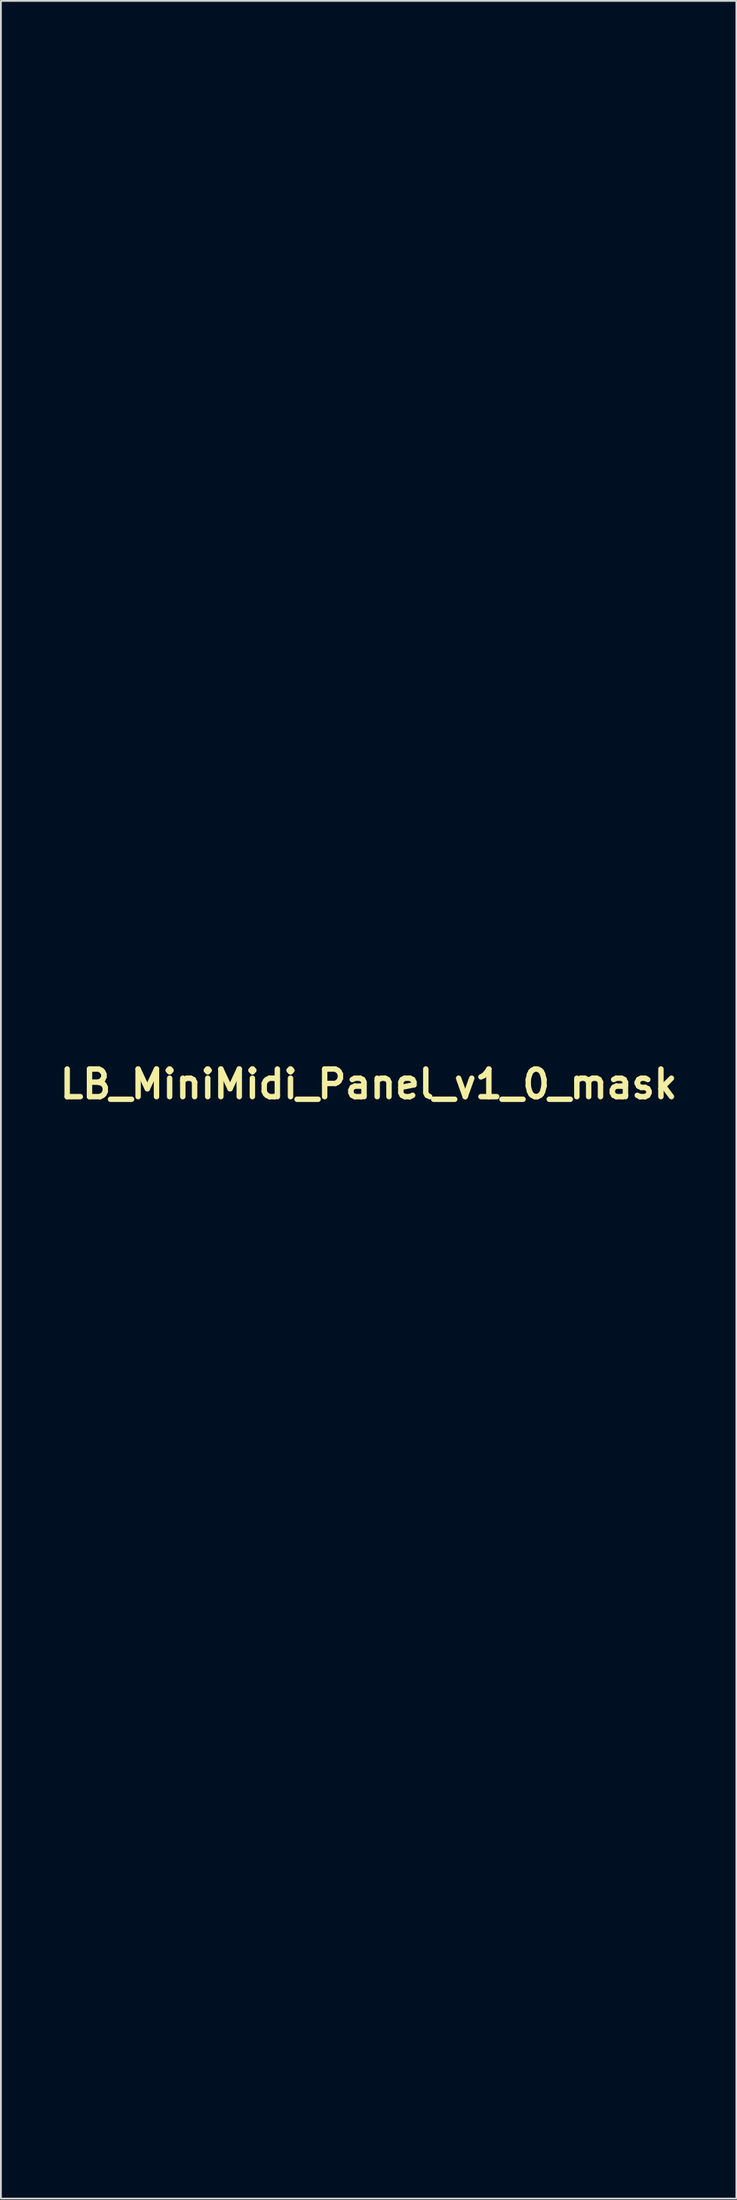
<source format=kicad_pcb>
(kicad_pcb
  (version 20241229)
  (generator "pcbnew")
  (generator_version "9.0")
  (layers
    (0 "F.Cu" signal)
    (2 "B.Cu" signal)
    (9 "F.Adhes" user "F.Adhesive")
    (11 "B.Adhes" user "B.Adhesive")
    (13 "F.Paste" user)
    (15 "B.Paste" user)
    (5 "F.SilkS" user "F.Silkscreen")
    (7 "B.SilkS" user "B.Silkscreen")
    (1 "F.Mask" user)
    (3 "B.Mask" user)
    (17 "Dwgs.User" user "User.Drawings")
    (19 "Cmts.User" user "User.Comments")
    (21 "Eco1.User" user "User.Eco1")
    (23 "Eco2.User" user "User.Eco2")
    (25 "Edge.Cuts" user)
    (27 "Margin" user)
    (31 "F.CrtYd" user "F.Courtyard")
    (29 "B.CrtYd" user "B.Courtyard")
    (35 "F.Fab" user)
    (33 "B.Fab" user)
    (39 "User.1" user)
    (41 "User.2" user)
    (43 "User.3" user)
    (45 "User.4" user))
  (footprint "LB_MiniMidi_Panel_v1_0_mask"
    (layer "F.Cu")
    (at 17.316 56.774)
    (property "Reference" "LB_MiniMidi_Panel_v1_0_mask" (at 0 0 0) (layer "F.SilkS") (effects (font (size 1.524 1.524) (thickness 0.3))))
    (attr through_hole)
    (fp_poly (pts (xy 0.169 -54.864) (xy -0.254 -54.864) (xy -0.254 -56.769) (xy 0.169 -56.769) (xy 0.169 -54.864)) (stroke (width 0.01) (type solid)) (fill yes) (layer "F.Mask"))
    (fp_poly (pts (xy 0.296 -12.742) (xy -0.127 -12.742) (xy -0.127 -14.647) (xy 0.296 -14.647) (xy 0.296 -12.742)) (stroke (width 0.01) (type solid)) (fill yes) (layer "F.Mask"))
    (fp_poly (pts (xy 2.625 -54.864) (xy 2.201 -54.864) (xy 2.201 -56.769) (xy 2.625 -56.769) (xy 2.625 -54.864)) (stroke (width 0.01) (type solid)) (fill yes) (layer "F.Mask"))
    (fp_poly (pts (xy -1.016 -13.081) (xy -0.254 -13.081) (xy -0.254 -12.742) (xy -1.439 -12.742) (xy -1.439 -14.647) (xy -1.016 -14.647) (xy -1.016 -13.081)) (stroke (width 0.01) (type solid)) (fill yes) (layer "F.Mask"))
    (fp_poly (pts (xy -2.709 -39.836) (xy -3.217 -39.836) (xy -3.217 -38.269) (xy -3.641 -38.269) (xy -3.641 -39.836) (xy -4.149 -39.836) (xy -4.149 -40.174) (xy -2.709 -40.174) (xy -2.709 -39.836)) (stroke (width 0.01) (type solid)) (fill yes) (layer "F.Mask"))
    (fp_poly (pts (xy -0.408 28.727) (xy -0.284 28.795) (xy -0.218 28.893) (xy -0.212 28.937) (xy -0.25 29.041) (xy -0.348 29.133) (xy -0.482 29.194) (xy -0.591 29.21) (xy -0.762 29.21) (xy -0.762 28.702) (xy -0.572 28.702) (xy -0.408 28.727)) (stroke (width 0.01) (type solid)) (fill yes) (layer "F.Mask"))
    (fp_poly (pts (xy 3.243 -47.224) (xy 3.297 -47.163) (xy 3.28 -47.094) (xy 3.276 -47.088) (xy 3.195 -47.011) (xy 3.104 -47.008) (xy 3.058 -47.04) (xy 3.013 -47.125) (xy 3.032 -47.203) (xy 3.096 -47.251) (xy 3.186 -47.253) (xy 3.243 -47.224)) (stroke (width 0.01) (type solid)) (fill yes) (layer "F.Mask"))
    (fp_poly (pts (xy 3.514 -14.309) (xy 2.752 -14.309) (xy 2.752 -13.885) (xy 3.471 -13.885) (xy 3.471 -13.547) (xy 2.752 -13.547) (xy 2.752 -13.081) (xy 3.556 -13.081) (xy 3.556 -12.742) (xy 2.328 -12.742) (xy 2.328 -14.647) (xy 3.514 -14.647) (xy 3.514 -14.309)) (stroke (width 0.01) (type solid)) (fill yes) (layer "F.Mask"))
    (fp_poly (pts (xy 2.121 2.49) (xy 2.303 2.589) (xy 2.428 2.749) (xy 2.491 2.963) (xy 2.498 3.073) (xy 2.46 3.303) (xy 2.354 3.494) (xy 2.192 3.634) (xy 1.984 3.713) (xy 1.852 3.725) (xy 1.693 3.725) (xy 1.693 2.455) (xy 1.886 2.455) (xy 2.121 2.49)) (stroke (width 0.01) (type solid)) (fill yes) (layer "F.Mask"))
    (fp_poly (pts (xy 0.546 -9.567) (xy 0.626 -9.475) (xy 0.658 -9.38) (xy 0.665 -9.219) (xy 0.627 -9.081) (xy 0.558 -8.982) (xy 0.466 -8.936) (xy 0.364 -8.959) (xy 0.356 -8.965) (xy 0.262 -9.074) (xy 0.221 -9.226) (xy 0.237 -9.394) (xy 0.26 -9.459) (xy 0.342 -9.563) (xy 0.444 -9.598) (xy 0.546 -9.567)) (stroke (width 0.01) (type solid)) (fill yes) (layer "F.Mask"))
    (fp_poly (pts (xy 2.388 55.114) (xy 2.516 55.212) (xy 2.602 55.346) (xy 2.625 55.457) (xy 2.587 55.61) (xy 2.489 55.732) (xy 2.351 55.81) (xy 2.196 55.83) (xy 2.053 55.787) (xy 1.925 55.678) (xy 1.869 55.532) (xy 1.864 55.464) (xy 1.9 55.315) (xy 1.997 55.185) (xy 2.132 55.098) (xy 2.244 55.076) (xy 2.388 55.114)) (stroke (width 0.01) (type solid)) (fill yes) (layer "F.Mask"))
    (fp_poly (pts (xy -0.359 15.828) (xy -0.324 15.926) (xy -0.284 16.062) (xy -0.243 16.213) (xy -0.207 16.336) (xy -0.186 16.401) (xy -0.185 16.442) (xy -0.234 16.462) (xy -0.35 16.468) (xy -0.355 16.468) (xy -0.471 16.461) (xy -0.541 16.446) (xy -0.551 16.436) (xy -0.542 16.366) (xy -0.517 16.25) (xy -0.483 16.111) (xy -0.446 15.973) (xy -0.412 15.86) (xy -0.388 15.797) (xy -0.382 15.79) (xy -0.359 15.828)) (stroke (width 0.01) (type solid)) (fill yes) (layer "F.Mask"))
    (fp_poly (pts (xy 0.245 2.428) (xy 0.426 2.497) (xy 0.559 2.634) (xy 0.629 2.79) (xy 0.671 3.023) (xy 0.659 3.239) (xy 0.6 3.428) (xy 0.503 3.578) (xy 0.374 3.678) (xy 0.22 3.715) (xy 0.059 3.684) (xy -0.079 3.586) (xy -0.177 3.432) (xy -0.233 3.241) (xy -0.245 3.033) (xy -0.211 2.827) (xy -0.131 2.642) (xy -0.036 2.525) (xy 0.067 2.446) (xy 0.161 2.421) (xy 0.245 2.428)) (stroke (width 0.01) (type solid)) (fill yes) (layer "F.Mask"))
    (fp_poly (pts (xy -3.011 54.725) (xy -2.827 54.822) (xy -2.693 54.942) (xy -2.621 55.034) (xy -2.595 55.123) (xy -2.617 55.229) (xy -2.69 55.371) (xy -2.749 55.467) (xy -2.908 55.663) (xy -3.086 55.787) (xy -3.274 55.836) (xy -3.463 55.805) (xy -3.511 55.784) (xy -3.638 55.677) (xy -3.729 55.513) (xy -3.773 55.318) (xy -3.775 55.269) (xy -3.739 55.046) (xy -3.639 54.871) (xy -3.482 54.751) (xy -3.277 54.697) (xy -3.219 54.695) (xy -3.011 54.725)) (stroke (width 0.01) (type solid)) (fill yes) (layer "F.Mask"))
    (fp_poly (pts (xy 4.106 -50.546) (xy 3.713 -50.546) (xy 3.497 -50.541) (xy 3.353 -50.524) (xy 3.267 -50.488) (xy 3.227 -50.429) (xy 3.217 -50.355) (xy 3.23 -50.273) (xy 3.276 -50.217) (xy 3.369 -50.184) (xy 3.521 -50.169) (xy 3.713 -50.165) (xy 4.106 -50.165) (xy 4.106 -49.911) (xy 3.736 -49.912) (xy 3.472 -49.924) (xy 3.288 -49.957) (xy 3.234 -49.978) (xy 3.095 -50.089) (xy 3.02 -50.243) (xy 3.013 -50.422) (xy 3.068 -50.586) (xy 3.143 -50.681) (xy 3.26 -50.746) (xy 3.431 -50.784) (xy 3.67 -50.799) (xy 3.753 -50.8) (xy 4.106 -50.8) (xy 4.106 -50.546)) (stroke (width 0.01) (type solid)) (fill yes) (layer "F.Mask"))
    (fp_poly (pts (xy -3.006 -51.498) (xy -3.011 -51.338) (xy -3.029 -51.25) (xy -3.062 -51.223) (xy -3.062 -51.223) (xy -3.134 -51.242) (xy -3.147 -51.252) (xy -3.166 -51.31) (xy -3.175 -51.413) (xy -3.175 -51.421) (xy -3.184 -51.518) (xy -3.223 -51.556) (xy -3.281 -51.562) (xy -3.352 -51.551) (xy -3.382 -51.501) (xy -3.387 -51.414) (xy -3.396 -51.312) (xy -3.433 -51.271) (xy -3.471 -51.266) (xy -3.53 -51.282) (xy -3.553 -51.347) (xy -3.556 -51.414) (xy -3.561 -51.509) (xy -3.593 -51.551) (xy -3.675 -51.562) (xy -3.725 -51.562) (xy -3.834 -51.568) (xy -3.883 -51.595) (xy -3.895 -51.659) (xy -3.895 -51.668) (xy -3.895 -51.774) (xy -3.006 -51.774) (xy -3.006 -51.498)) (stroke (width 0.01) (type solid)) (fill yes) (layer "F.Mask"))
    (fp_poly (pts (xy -3.047 -45.67) (xy -3.022 -45.636) (xy -3.009 -45.558) (xy -3.006 -45.417) (xy -3.006 -45.36) (xy -3.008 -45.198) (xy -3.017 -45.103) (xy -3.038 -45.057) (xy -3.075 -45.043) (xy -3.09 -45.043) (xy -3.157 -45.067) (xy -3.175 -45.148) (xy -3.178 -45.2) (xy -3.199 -45.231) (xy -3.255 -45.247) (xy -3.362 -45.253) (xy -3.535 -45.254) (xy -3.709 -45.255) (xy -3.815 -45.262) (xy -3.871 -45.278) (xy -3.891 -45.309) (xy -3.895 -45.36) (xy -3.891 -45.411) (xy -3.87 -45.443) (xy -3.815 -45.459) (xy -3.708 -45.465) (xy -3.535 -45.466) (xy -3.361 -45.467) (xy -3.254 -45.473) (xy -3.199 -45.49) (xy -3.178 -45.521) (xy -3.175 -45.572) (xy -3.155 -45.655) (xy -3.09 -45.678) (xy -3.047 -45.67)) (stroke (width 0.01) (type solid)) (fill yes) (layer "F.Mask"))
    (fp_poly (pts (xy -3.345 -50.483) (xy -3.221 -50.423) (xy -3.107 -50.317) (xy -3.027 -50.192) (xy -3.006 -50.1) (xy -3.041 -49.916) (xy -3.139 -49.777) (xy -3.282 -49.691) (xy -3.455 -49.667) (xy -3.644 -49.714) (xy -3.667 -49.724) (xy -3.805 -49.829) (xy -3.877 -49.961) (xy -3.886 -50.065) (xy -3.725 -50.065) (xy -3.697 -49.962) (xy -3.651 -49.914) (xy -3.52 -49.875) (xy -3.366 -49.878) (xy -3.257 -49.912) (xy -3.189 -49.994) (xy -3.175 -50.08) (xy -3.21 -50.201) (xy -3.311 -50.272) (xy -3.45 -50.292) (xy -3.569 -50.275) (xy -3.643 -50.248) (xy -3.707 -50.173) (xy -3.725 -50.065) (xy -3.886 -50.065) (xy -3.889 -50.105) (xy -3.848 -50.247) (xy -3.761 -50.369) (xy -3.634 -50.457) (xy -3.474 -50.494) (xy -3.345 -50.483)) (stroke (width 0.01) (type solid)) (fill yes) (layer "F.Mask"))
    (fp_poly (pts (xy -3.345 -47.181) (xy -3.221 -47.121) (xy -3.107 -47.015) (xy -3.027 -46.89) (xy -3.006 -46.798) (xy -3.041 -46.614) (xy -3.139 -46.475) (xy -3.282 -46.389) (xy -3.455 -46.365) (xy -3.644 -46.412) (xy -3.667 -46.422) (xy -3.805 -46.527) (xy -3.877 -46.659) (xy -3.886 -46.763) (xy -3.725 -46.763) (xy -3.697 -46.66) (xy -3.651 -46.612) (xy -3.52 -46.573) (xy -3.366 -46.576) (xy -3.257 -46.61) (xy -3.189 -46.692) (xy -3.175 -46.778) (xy -3.21 -46.899) (xy -3.311 -46.97) (xy -3.45 -46.99) (xy -3.569 -46.973) (xy -3.643 -46.946) (xy -3.707 -46.871) (xy -3.725 -46.763) (xy -3.886 -46.763) (xy -3.889 -46.803) (xy -3.848 -46.945) (xy -3.761 -47.067) (xy -3.634 -47.155) (xy -3.474 -47.192) (xy -3.345 -47.181)) (stroke (width 0.01) (type solid)) (fill yes) (layer "F.Mask"))
    (fp_poly (pts (xy -3.762 -46.292) (xy -3.722 -46.24) (xy -3.716 -46.123) (xy -3.718 -46.1) (xy -3.723 -45.991) (xy -3.702 -45.942) (xy -3.65 -45.932) (xy -3.567 -45.972) (xy -3.512 -46.062) (xy -3.443 -46.175) (xy -3.359 -46.257) (xy -3.278 -46.299) (xy -3.21 -46.287) (xy -3.158 -46.255) (xy -3.066 -46.151) (xy -3.018 -46.006) (xy -3.024 -45.857) (xy -3.027 -45.846) (xy -3.068 -45.778) (xy -3.113 -45.785) (xy -3.151 -45.856) (xy -3.167 -45.946) (xy -3.193 -46.061) (xy -3.243 -46.097) (xy -3.309 -46.054) (xy -3.384 -45.937) (xy -3.479 -45.792) (xy -3.577 -45.728) (xy -3.686 -45.744) (xy -3.774 -45.801) (xy -3.841 -45.879) (xy -3.87 -45.986) (xy -3.873 -46.073) (xy -3.867 -46.215) (xy -3.843 -46.287) (xy -3.794 -46.301) (xy -3.762 -46.292)) (stroke (width 0.01) (type solid)) (fill yes) (layer "F.Mask"))
    (fp_poly (pts (xy -3.006 -47.858) (xy -3.015 -47.79) (xy -3.059 -47.759) (xy -3.16 -47.752) (xy -3.175 -47.752) (xy -3.283 -47.748) (xy -3.332 -47.72) (xy -3.344 -47.648) (xy -3.344 -47.604) (xy -3.339 -47.509) (xy -3.308 -47.467) (xy -3.225 -47.456) (xy -3.175 -47.456) (xy -3.066 -47.45) (xy -3.017 -47.423) (xy -3.006 -47.359) (xy -3.006 -47.35) (xy -3.006 -47.244) (xy -3.895 -47.244) (xy -3.895 -47.35) (xy -3.887 -47.415) (xy -3.848 -47.446) (xy -3.756 -47.455) (xy -3.704 -47.456) (xy -3.587 -47.459) (xy -3.532 -47.48) (xy -3.515 -47.538) (xy -3.514 -47.604) (xy -3.518 -47.695) (xy -3.545 -47.738) (xy -3.619 -47.751) (xy -3.704 -47.752) (xy -3.822 -47.756) (xy -3.877 -47.778) (xy -3.894 -47.829) (xy -3.895 -47.858) (xy -3.895 -47.964) (xy -3.006 -47.964) (xy -3.006 -47.858)) (stroke (width 0.01) (type solid)) (fill yes) (layer "F.Mask"))
    (fp_poly (pts (xy 3.157 -48.057) (xy 3.273 -47.953) (xy 3.367 -47.854) (xy 3.488 -47.73) (xy 3.576 -47.66) (xy 3.648 -47.632) (xy 3.709 -47.632) (xy 3.785 -47.648) (xy 3.821 -47.689) (xy 3.833 -47.779) (xy 3.834 -47.837) (xy 3.843 -47.957) (xy 3.868 -48.013) (xy 3.917 -48.027) (xy 3.988 -47.99) (xy 4.036 -47.893) (xy 4.056 -47.762) (xy 4.039 -47.62) (xy 4.037 -47.614) (xy 3.961 -47.484) (xy 3.836 -47.402) (xy 3.689 -47.384) (xy 3.658 -47.389) (xy 3.567 -47.433) (xy 3.45 -47.514) (xy 3.386 -47.568) (xy 3.217 -47.72) (xy 3.217 -47.545) (xy 3.212 -47.434) (xy 3.186 -47.384) (xy 3.126 -47.371) (xy 3.111 -47.371) (xy 3.06 -47.374) (xy 3.029 -47.395) (xy 3.013 -47.451) (xy 3.007 -47.558) (xy 3.006 -47.731) (xy 3.011 -47.929) (xy 3.033 -48.047) (xy 3.079 -48.089) (xy 3.157 -48.057)) (stroke (width 0.01) (type solid)) (fill yes) (layer "F.Mask"))
    (fp_poly (pts (xy 3.144 -49.762) (xy 3.157 -49.759) (xy 3.208 -49.732) (xy 3.233 -49.671) (xy 3.24 -49.553) (xy 3.24 -49.518) (xy 3.245 -49.383) (xy 3.266 -49.312) (xy 3.311 -49.285) (xy 3.313 -49.285) (xy 3.373 -49.301) (xy 3.433 -49.384) (xy 3.469 -49.461) (xy 3.572 -49.64) (xy 3.69 -49.739) (xy 3.82 -49.755) (xy 3.961 -49.689) (xy 3.989 -49.666) (xy 4.056 -49.572) (xy 4.093 -49.447) (xy 4.101 -49.315) (xy 4.079 -49.199) (xy 4.029 -49.123) (xy 3.981 -49.107) (xy 3.929 -49.121) (xy 3.901 -49.18) (xy 3.887 -49.301) (xy 3.886 -49.307) (xy 3.862 -49.456) (xy 3.816 -49.524) (xy 3.757 -49.51) (xy 3.691 -49.412) (xy 3.661 -49.342) (xy 3.567 -49.16) (xy 3.455 -49.06) (xy 3.323 -49.041) (xy 3.218 -49.077) (xy 3.091 -49.182) (xy 3.027 -49.341) (xy 3.024 -49.546) (xy 3.039 -49.682) (xy 3.057 -49.751) (xy 3.088 -49.771) (xy 3.144 -49.762)) (stroke (width 0.01) (type solid)) (fill yes) (layer "F.Mask"))
    (fp_poly (pts (xy -3.461 -51.172) (xy -3.027 -51.16) (xy -3.013 -51.016) (xy -3.017 -50.82) (xy -3.074 -50.68) (xy -3.157 -50.604) (xy -3.237 -50.56) (xy -3.298 -50.564) (xy -3.378 -50.615) (xy -3.457 -50.665) (xy -3.52 -50.673) (xy -3.606 -50.639) (xy -3.641 -50.621) (xy -3.78 -50.561) (xy -3.861 -50.553) (xy -3.889 -50.599) (xy -3.887 -50.638) (xy -3.833 -50.725) (xy -3.725 -50.779) (xy -3.624 -50.829) (xy -3.567 -50.889) (xy -3.564 -50.899) (xy -3.43 -50.899) (xy -3.39 -50.821) (xy -3.378 -50.808) (xy -3.291 -50.762) (xy -3.204 -50.774) (xy -3.158 -50.825) (xy -3.136 -50.915) (xy -3.169 -50.958) (xy -3.272 -50.969) (xy -3.281 -50.969) (xy -3.392 -50.951) (xy -3.43 -50.899) (xy -3.564 -50.899) (xy -3.563 -50.899) (xy -3.571 -50.945) (xy -3.631 -50.966) (xy -3.722 -50.969) (xy -3.833 -50.975) (xy -3.882 -51.001) (xy -3.895 -51.063) (xy -3.895 -51.077) (xy -3.895 -51.184) (xy -3.461 -51.172)) (stroke (width 0.01) (type solid)) (fill yes) (layer "F.Mask"))
    (fp_poly (pts (xy 3.567 -46.925) (xy 3.715 -46.92) (xy 3.81 -46.898) (xy 3.883 -46.848) (xy 3.942 -46.787) (xy 4.019 -46.678) (xy 4.061 -46.575) (xy 4.064 -46.551) (xy 4.026 -46.415) (xy 3.924 -46.292) (xy 3.781 -46.203) (xy 3.734 -46.187) (xy 3.623 -46.159) (xy 3.542 -46.151) (xy 3.451 -46.163) (xy 3.345 -46.187) (xy 3.21 -46.246) (xy 3.094 -46.345) (xy 3.02 -46.459) (xy 3.008 -46.514) (xy 3.187 -46.514) (xy 3.248 -46.451) (xy 3.374 -46.41) (xy 3.535 -46.397) (xy 3.683 -46.409) (xy 3.801 -46.441) (xy 3.834 -46.458) (xy 3.889 -46.519) (xy 3.874 -46.587) (xy 3.869 -46.596) (xy 3.826 -46.639) (xy 3.748 -46.662) (xy 3.616 -46.672) (xy 3.535 -46.672) (xy 3.372 -46.668) (xy 3.273 -46.651) (xy 3.217 -46.618) (xy 3.201 -46.596) (xy 3.187 -46.514) (xy 3.008 -46.514) (xy 3.006 -46.525) (xy 3.041 -46.697) (xy 3.145 -46.822) (xy 3.317 -46.899) (xy 3.554 -46.925) (xy 3.567 -46.925)) (stroke (width 0.01) (type solid)) (fill yes) (layer "F.Mask"))
    (fp_poly (pts (xy -1.872 -40.162) (xy -1.653 -40.132) (xy -1.48 -40.083) (xy -1.425 -40.057) (xy -1.297 -39.94) (xy -1.222 -39.783) (xy -1.202 -39.609) (xy -1.238 -39.441) (xy -1.329 -39.301) (xy -1.395 -39.251) (xy -1.515 -39.177) (xy -1.417 -39.064) (xy -1.343 -38.947) (xy -1.27 -38.767) (xy -1.195 -38.515) (xy -1.162 -38.386) (xy -1.149 -38.317) (xy -1.167 -38.283) (xy -1.235 -38.271) (xy -1.348 -38.269) (xy -1.563 -38.269) (xy -1.628 -38.489) (xy -1.665 -38.623) (xy -1.689 -38.728) (xy -1.693 -38.766) (xy -1.73 -38.856) (xy -1.819 -38.945) (xy -1.934 -39.011) (xy -2.03 -39.031) (xy -2.159 -39.031) (xy -2.159 -38.269) (xy -2.582 -38.269) (xy -2.582 -39.328) (xy -2.163 -39.328) (xy -1.979 -39.328) (xy -1.806 -39.352) (xy -1.701 -39.414) (xy -1.621 -39.531) (xy -1.615 -39.649) (xy -1.676 -39.751) (xy -1.794 -39.824) (xy -1.958 -39.853) (xy -2.138 -39.857) (xy -2.15 -39.592) (xy -2.163 -39.328) (xy -2.582 -39.328) (xy -2.582 -40.126) (xy -2.344 -40.156) (xy -2.111 -40.17) (xy -1.872 -40.162)) (stroke (width 0.01) (type solid)) (fill yes) (layer "F.Mask"))
    (fp_poly (pts (xy 1.241 -56.74) (xy 1.51 -56.673) (xy 1.727 -56.569) (xy 1.813 -56.502) (xy 1.934 -56.363) (xy 2.008 -56.205) (xy 2.043 -56.004) (xy 2.049 -55.838) (xy 2.02 -55.534) (xy 1.931 -55.288) (xy 1.78 -55.098) (xy 1.565 -54.96) (xy 1.48 -54.925) (xy 1.357 -54.894) (xy 1.182 -54.867) (xy 0.981 -54.847) (xy 0.78 -54.835) (xy 0.603 -54.833) (xy 0.478 -54.843) (xy 0.455 -54.848) (xy 0.431 -54.862) (xy 0.412 -54.893) (xy 0.399 -54.952) (xy 0.39 -55.049) (xy 0.385 -55.196) (xy 0.382 -55.403) (xy 0.381 -55.68) (xy 0.381 -55.795) (xy 0.381 -56.43) (xy 0.804 -56.43) (xy 0.804 -55.16) (xy 0.975 -55.16) (xy 1.13 -55.177) (xy 1.279 -55.216) (xy 1.292 -55.221) (xy 1.455 -55.332) (xy 1.56 -55.504) (xy 1.606 -55.735) (xy 1.609 -55.808) (xy 1.583 -56.055) (xy 1.504 -56.237) (xy 1.368 -56.358) (xy 1.173 -56.42) (xy 1.018 -56.43) (xy 0.804 -56.43) (xy 0.381 -56.43) (xy 0.381 -56.721) (xy 0.62 -56.75) (xy 0.938 -56.767) (xy 1.241 -56.74)) (stroke (width 0.01) (type solid)) (fill yes) (layer "F.Mask"))
    (fp_poly (pts (xy 1.368 -14.619) (xy 1.637 -14.551) (xy 1.854 -14.447) (xy 1.94 -14.381) (xy 2.061 -14.241) (xy 2.135 -14.083) (xy 2.17 -13.882) (xy 2.176 -13.716) (xy 2.147 -13.412) (xy 2.058 -13.167) (xy 1.907 -12.977) (xy 1.692 -12.838) (xy 1.607 -12.803) (xy 1.484 -12.772) (xy 1.309 -12.746) (xy 1.108 -12.725) (xy 0.907 -12.713) (xy 0.73 -12.711) (xy 0.605 -12.721) (xy 0.582 -12.727) (xy 0.558 -12.74) (xy 0.539 -12.771) (xy 0.526 -12.83) (xy 0.517 -12.928) (xy 0.512 -13.075) (xy 0.509 -13.281) (xy 0.508 -13.559) (xy 0.508 -13.674) (xy 0.508 -14.309) (xy 0.931 -14.309) (xy 0.931 -13.039) (xy 1.102 -13.039) (xy 1.257 -13.055) (xy 1.406 -13.095) (xy 1.419 -13.1) (xy 1.582 -13.211) (xy 1.687 -13.383) (xy 1.733 -13.614) (xy 1.736 -13.686) (xy 1.71 -13.933) (xy 1.631 -14.115) (xy 1.495 -14.236) (xy 1.3 -14.298) (xy 1.145 -14.309) (xy 0.931 -14.309) (xy 0.508 -14.309) (xy 0.508 -14.599) (xy 0.747 -14.629) (xy 1.065 -14.646) (xy 1.368 -14.619)) (stroke (width 0.01) (type solid)) (fill yes) (layer "F.Mask"))
    (fp_poly (pts (xy 4.085 -48.959) (xy 4.085 -48.669) (xy 4.081 -48.509) (xy 4.066 -48.409) (xy 4.032 -48.344) (xy 3.985 -48.299) (xy 3.869 -48.229) (xy 3.772 -48.234) (xy 3.695 -48.292) (xy 3.639 -48.338) (xy 3.593 -48.33) (xy 3.527 -48.271) (xy 3.399 -48.189) (xy 3.266 -48.191) (xy 3.139 -48.275) (xy 3.135 -48.279) (xy 3.077 -48.36) (xy 3.041 -48.468) (xy 3.02 -48.628) (xy 3.175 -48.628) (xy 3.207 -48.51) (xy 3.289 -48.439) (xy 3.344 -48.429) (xy 3.433 -48.458) (xy 3.463 -48.48) (xy 3.504 -48.561) (xy 3.513 -48.627) (xy 3.683 -48.627) (xy 3.702 -48.52) (xy 3.765 -48.478) (xy 3.829 -48.48) (xy 3.904 -48.527) (xy 3.929 -48.609) (xy 3.929 -48.691) (xy 3.886 -48.722) (xy 3.813 -48.726) (xy 3.72 -48.714) (xy 3.686 -48.668) (xy 3.683 -48.627) (xy 3.513 -48.627) (xy 3.514 -48.628) (xy 3.503 -48.691) (xy 3.455 -48.719) (xy 3.346 -48.726) (xy 3.344 -48.726) (xy 3.235 -48.719) (xy 3.186 -48.692) (xy 3.175 -48.629) (xy 3.175 -48.628) (xy 3.02 -48.628) (xy 3.02 -48.628) (xy 3.016 -48.683) (xy 2.994 -48.982) (xy 4.085 -48.959)) (stroke (width 0.01) (type solid)) (fill yes) (layer "F.Mask"))
    (fp_poly (pts (xy -3.661 -49.628) (xy -3.59 -49.625) (xy -3.356 -49.613) (xy -3.194 -49.599) (xy -3.091 -49.578) (xy -3.034 -49.546) (xy -3.01 -49.499) (xy -3.006 -49.448) (xy -3.011 -49.385) (xy -3.039 -49.341) (xy -3.107 -49.306) (xy -3.231 -49.267) (xy -3.313 -49.245) (xy -3.619 -49.162) (xy -3.365 -49.09) (xy -3.223 -49.049) (xy -3.11 -49.016) (xy -3.059 -49) (xy -3.021 -48.95) (xy -3.006 -48.854) (xy -3.01 -48.779) (xy -3.037 -48.741) (xy -3.107 -48.727) (xy -3.228 -48.725) (xy -3.413 -48.719) (xy -3.611 -48.705) (xy -3.672 -48.698) (xy -3.802 -48.686) (xy -3.868 -48.692) (xy -3.892 -48.722) (xy -3.895 -48.758) (xy -3.881 -48.822) (xy -3.83 -48.863) (xy -3.727 -48.886) (xy -3.56 -48.896) (xy -3.478 -48.898) (xy -3.196 -48.901) (xy -3.531 -49.003) (xy -3.687 -49.053) (xy -3.81 -49.094) (xy -3.878 -49.121) (xy -3.885 -49.126) (xy -3.898 -49.182) (xy -3.831 -49.241) (xy -3.69 -49.301) (xy -3.527 -49.346) (xy -3.196 -49.424) (xy -3.535 -49.445) (xy -3.705 -49.458) (xy -3.808 -49.474) (xy -3.862 -49.499) (xy -3.883 -49.538) (xy -3.886 -49.553) (xy -3.886 -49.597) (xy -3.86 -49.621) (xy -3.791 -49.63) (xy -3.661 -49.628)) (stroke (width 0.01) (type solid)) (fill yes) (layer "F.Mask"))
    (fp_poly (pts (xy -1.89 -14.652) (xy -1.81 -14.636) (xy -1.723 -14.593) (xy -1.697 -14.519) (xy -1.726 -14.397) (xy -1.732 -14.382) (xy -1.761 -14.322) (xy -1.804 -14.298) (xy -1.887 -14.304) (xy -1.977 -14.322) (xy -2.238 -14.344) (xy -2.46 -14.293) (xy -2.654 -14.167) (xy -2.657 -14.163) (xy -2.743 -14.078) (xy -2.791 -13.998) (xy -2.815 -13.893) (xy -2.826 -13.753) (xy -2.828 -13.582) (xy -2.809 -13.461) (xy -2.763 -13.359) (xy -2.754 -13.345) (xy -2.602 -13.176) (xy -2.405 -13.07) (xy -2.212 -13.039) (xy -2.032 -13.039) (xy -2.032 -13.504) (xy -2.18 -13.504) (xy -2.275 -13.509) (xy -2.317 -13.541) (xy -2.328 -13.624) (xy -2.328 -13.674) (xy -2.328 -13.843) (xy -1.609 -13.843) (xy -1.609 -12.825) (xy -1.722 -12.782) (xy -1.88 -12.744) (xy -2.088 -12.722) (xy -2.312 -12.718) (xy -2.519 -12.732) (xy -2.668 -12.762) (xy -2.885 -12.872) (xy -3.072 -13.041) (xy -3.203 -13.246) (xy -3.203 -13.247) (xy -3.247 -13.414) (xy -3.266 -13.624) (xy -3.259 -13.843) (xy -3.226 -14.034) (xy -3.203 -14.1) (xy -3.098 -14.266) (xy -2.941 -14.426) (xy -2.76 -14.554) (xy -2.641 -14.609) (xy -2.486 -14.643) (xy -2.286 -14.662) (xy -2.075 -14.665) (xy -1.89 -14.652)) (stroke (width 0.01) (type solid)) (fill yes) (layer "F.Mask"))
    (fp_poly (pts (xy -0.205 -40.2) (xy -0.074 -40.172) (xy 0.038 -40.127) (xy 0.08 -40.061) (xy 0.061 -39.952) (xy 0.046 -39.909) (xy 0.018 -39.85) (xy -0.023 -39.826) (xy -0.101 -39.83) (xy -0.211 -39.851) (xy -0.404 -39.869) (xy -0.549 -39.835) (xy -0.635 -39.755) (xy -0.656 -39.665) (xy -0.645 -39.606) (xy -0.6 -39.553) (xy -0.507 -39.493) (xy -0.352 -39.414) (xy -0.344 -39.41) (xy -0.123 -39.293) (xy 0.027 -39.183) (xy 0.118 -39.066) (xy 0.161 -38.93) (xy 0.169 -38.813) (xy 0.161 -38.671) (xy 0.125 -38.573) (xy 0.046 -38.476) (xy 0.03 -38.46) (xy -0.171 -38.317) (xy -0.419 -38.244) (xy -0.713 -38.242) (xy -0.925 -38.277) (xy -1.038 -38.307) (xy -1.088 -38.341) (xy -1.092 -38.4) (xy -1.084 -38.447) (xy -1.066 -38.557) (xy -1.058 -38.63) (xy -1.042 -38.659) (xy -0.981 -38.657) (xy -0.861 -38.625) (xy -0.64 -38.579) (xy -0.462 -38.582) (xy -0.335 -38.631) (xy -0.268 -38.724) (xy -0.262 -38.813) (xy -0.281 -38.875) (xy -0.33 -38.932) (xy -0.426 -38.996) (xy -0.583 -39.079) (xy -0.614 -39.095) (xy -0.79 -39.188) (xy -0.906 -39.265) (xy -0.981 -39.341) (xy -1.031 -39.425) (xy -1.086 -39.617) (xy -1.067 -39.795) (xy -0.984 -39.951) (xy -0.846 -40.077) (xy -0.664 -40.166) (xy -0.447 -40.21) (xy -0.205 -40.2)) (stroke (width 0.01) (type solid)) (fill yes) (layer "F.Mask"))
    (fp_poly (pts (xy -1.7 -56.293) (xy -1.642 -56.082) (xy -1.587 -55.881) (xy -1.542 -55.715) (xy -1.519 -55.626) (xy -1.469 -55.435) (xy -1.411 -55.668) (xy -1.373 -55.811) (xy -1.318 -56.004) (xy -1.256 -56.216) (xy -1.22 -56.335) (xy -1.086 -56.769) (xy -0.821 -56.769) (xy -0.67 -56.765) (xy -0.584 -56.748) (xy -0.543 -56.715) (xy -0.535 -56.695) (xy -0.527 -56.628) (xy -0.516 -56.494) (xy -0.505 -56.308) (xy -0.494 -56.087) (xy -0.489 -55.965) (xy -0.478 -55.717) (xy -0.466 -55.48) (xy -0.453 -55.276) (xy -0.442 -55.126) (xy -0.438 -55.086) (xy -0.414 -54.864) (xy -0.836 -54.864) (xy -0.868 -55.612) (xy -0.899 -56.36) (xy -1.097 -55.707) (xy -1.18 -55.434) (xy -1.242 -55.23) (xy -1.289 -55.087) (xy -1.327 -54.993) (xy -1.361 -54.938) (xy -1.396 -54.913) (xy -1.438 -54.905) (xy -1.491 -54.906) (xy -1.514 -54.906) (xy -1.676 -54.906) (xy -1.837 -55.531) (xy -1.913 -55.82) (xy -1.969 -56.034) (xy -2.01 -56.18) (xy -2.038 -56.265) (xy -2.055 -56.295) (xy -2.065 -56.277) (xy -2.069 -56.219) (xy -2.071 -56.13) (xy -2.075 -55.991) (xy -2.082 -55.795) (xy -2.092 -55.57) (xy -2.102 -55.379) (xy -2.13 -54.864) (xy -2.51 -54.864) (xy -2.484 -55.277) (xy -2.47 -55.493) (xy -2.455 -55.757) (xy -2.439 -56.031) (xy -2.429 -56.229) (xy -2.4 -56.769) (xy -1.832 -56.769) (xy -1.7 -56.293)) (stroke (width 0.01) (type solid)) (fill yes) (layer "F.Mask"))
    (fp_poly (pts (xy 4.551 54.146) (xy 4.551 58.207) (xy 4.412 58.345) (xy 4.274 58.483) (xy 2.296 58.492) (xy 1.892 58.493) (xy 1.512 58.493) (xy 1.166 58.491) (xy 0.86 58.487) (xy 0.606 58.483) (xy 0.41 58.478) (xy 0.282 58.471) (xy 0.233 58.465) (xy 0.146 58.41) (xy 0.05 58.324) (xy 0.042 58.315) (xy -0.064 58.202) (xy -0.064 56.176) (xy 0.423 56.176) (xy 0.424 56.599) (xy 0.425 56.945) (xy 0.428 57.223) (xy 0.432 57.44) (xy 0.438 57.604) (xy 0.446 57.724) (xy 0.457 57.808) (xy 0.47 57.864) (xy 0.487 57.899) (xy 0.489 57.903) (xy 0.555 57.997) (xy 3.932 57.997) (xy 3.998 57.903) (xy 4.015 57.869) (xy 4.029 57.816) (xy 4.04 57.736) (xy 4.049 57.62) (xy 4.055 57.461) (xy 4.059 57.25) (xy 4.062 56.98) (xy 4.064 56.643) (xy 4.064 56.229) (xy 4.064 56.176) (xy 4.064 55.754) (xy 4.062 55.408) (xy 4.06 55.13) (xy 4.056 54.913) (xy 4.049 54.749) (xy 4.041 54.628) (xy 4.03 54.544) (xy 4.017 54.489) (xy 4 54.453) (xy 3.998 54.45) (xy 3.932 54.356) (xy 0.555 54.356) (xy 0.489 54.45) (xy 0.472 54.484) (xy 0.458 54.537) (xy 0.447 54.617) (xy 0.439 54.733) (xy 0.432 54.892) (xy 0.428 55.102) (xy 0.425 55.372) (xy 0.424 55.71) (xy 0.423 56.124) (xy 0.423 56.176) (xy -0.064 56.176) (xy -0.064 54.146) (xy 0.213 53.869) (xy 4.274 53.869) (xy 4.551 54.146)) (stroke (width 0.01) (type solid)) (fill yes) (layer "F.Mask"))
    (fp_poly (pts (xy 2.663 54.569) (xy 3.019 54.573) (xy 3.308 54.579) (xy 3.526 54.588) (xy 3.668 54.599) (xy 3.728 54.611) (xy 3.75 54.626) (xy 3.767 54.651) (xy 3.781 54.693) (xy 3.791 54.762) (xy 3.799 54.865) (xy 3.804 55.012) (xy 3.807 55.211) (xy 3.809 55.469) (xy 3.81 55.797) (xy 3.81 56.169) (xy 3.809 56.6) (xy 3.807 56.953) (xy 3.802 57.232) (xy 3.796 57.443) (xy 3.787 57.594) (xy 3.775 57.688) (xy 3.761 57.732) (xy 3.759 57.734) (xy 3.687 57.761) (xy 3.537 57.778) (xy 3.317 57.785) (xy 3.294 57.785) (xy 2.879 57.785) (xy 2.879 56.43) (xy 3.174 56.43) (xy 3.344 56.425) (xy 3.452 56.399) (xy 3.511 56.337) (xy 3.534 56.223) (xy 3.536 56.042) (xy 3.535 56.014) (xy 3.52 55.828) (xy 3.485 55.725) (xy 3.468 55.708) (xy 3.396 55.687) (xy 3.269 55.673) (xy 3.143 55.669) (xy 2.879 55.668) (xy 2.879 55.497) (xy 2.841 55.268) (xy 2.735 55.075) (xy 2.568 54.932) (xy 2.528 54.911) (xy 2.324 54.838) (xy 2.142 54.835) (xy 1.959 54.902) (xy 1.931 54.918) (xy 1.758 55.063) (xy 1.648 55.258) (xy 1.609 55.487) (xy 1.609 55.668) (xy 1.344 55.669) (xy 1.195 55.675) (xy 1.075 55.69) (xy 1.019 55.708) (xy 0.978 55.781) (xy 0.956 55.936) (xy 0.952 56.014) (xy 0.952 56.204) (xy 0.972 56.326) (xy 1.026 56.394) (xy 1.127 56.423) (xy 1.289 56.43) (xy 1.314 56.43) (xy 1.609 56.43) (xy 1.609 57.785) (xy 1.194 57.785) (xy 0.968 57.779) (xy 0.811 57.763) (xy 0.731 57.737) (xy 0.728 57.734) (xy 0.714 57.696) (xy 0.702 57.608) (xy 0.693 57.464) (xy 0.686 57.26) (xy 0.681 56.99) (xy 0.678 56.646) (xy 0.677 56.225) (xy 0.677 56.169) (xy 0.678 55.771) (xy 0.678 55.449) (xy 0.68 55.195) (xy 0.684 55) (xy 0.689 54.857) (xy 0.697 54.756) (xy 0.707 54.689) (xy 0.721 54.648) (xy 0.739 54.625) (xy 0.759 54.611) (xy 0.827 54.598) (xy 0.975 54.588) (xy 1.198 54.579) (xy 1.493 54.573) (xy 1.854 54.569) (xy 2.244 54.568) (xy 2.663 54.569)) (stroke (width 0.01) (type solid)) (fill yes) (layer "F.Mask"))
    (fp_poly (pts (xy -1.791 53.983) (xy -1.66 54.09) (xy -1.545 54.22) (xy -1.519 54.258) (xy -1.484 54.316) (xy -1.459 54.375) (xy -1.441 54.447) (xy -1.429 54.544) (xy -1.422 54.682) (xy -1.419 54.872) (xy -1.418 55.127) (xy -1.418 55.266) (xy -1.419 55.555) (xy -1.421 55.773) (xy -1.426 55.932) (xy -1.435 56.046) (xy -1.45 56.128) (xy -1.472 56.191) (xy -1.502 56.247) (xy -1.519 56.274) (xy -1.62 56.401) (xy -1.751 56.521) (xy -1.791 56.55) (xy -1.962 56.663) (xy -2.875 56.671) (xy -3.155 56.672) (xy -3.412 56.669) (xy -3.634 56.662) (xy -3.806 56.653) (xy -3.911 56.642) (xy -3.928 56.638) (xy -4.085 56.557) (xy -4.239 56.421) (xy -4.368 56.257) (xy -4.446 56.089) (xy -4.446 56.088) (xy -4.465 55.965) (xy -4.477 55.768) (xy -4.483 55.507) (xy -4.481 55.19) (xy -4.48 55.161) (xy -4.48 55.137) (xy -3.969 55.137) (xy -3.959 55.449) (xy -3.876 55.72) (xy -3.721 55.947) (xy -3.689 55.98) (xy -3.483 56.132) (xy -3.265 56.202) (xy -3.041 56.188) (xy -2.814 56.091) (xy -2.704 56.001) (xy -2.586 55.873) (xy -2.522 55.788) (xy -2.381 55.579) (xy -2.294 55.719) (xy -2.207 55.841) (xy -2.114 55.947) (xy -2.107 55.954) (xy -2.007 56.048) (xy -1.934 55.925) (xy -1.861 55.801) (xy -2.262 55.423) (xy -2.162 55.21) (xy -2.08 55.058) (xy -1.983 54.915) (xy -1.939 54.861) (xy -1.863 54.769) (xy -1.839 54.701) (xy -1.857 54.624) (xy -1.864 54.606) (xy -1.93 54.479) (xy -1.996 54.433) (xy -2.077 54.464) (xy -2.157 54.535) (xy -2.257 54.649) (xy -2.338 54.762) (xy -2.354 54.79) (xy -2.401 54.871) (xy -2.431 54.906) (xy -2.431 54.906) (xy -2.462 54.875) (xy -2.527 54.793) (xy -2.6 54.694) (xy -2.763 54.501) (xy -2.928 54.38) (xy -3.113 54.323) (xy -3.243 54.314) (xy -3.474 54.352) (xy -3.668 54.462) (xy -3.819 54.638) (xy -3.922 54.874) (xy -3.969 55.137) (xy -4.48 55.137) (xy -4.475 54.892) (xy -4.468 54.693) (xy -4.459 54.55) (xy -4.446 54.448) (xy -4.425 54.373) (xy -4.396 54.311) (xy -4.356 54.247) (xy -4.353 54.242) (xy -4.245 54.111) (xy -4.115 53.996) (xy -4.077 53.97) (xy -4.023 53.938) (xy -3.969 53.913) (xy -3.903 53.895) (xy -3.813 53.883) (xy -3.687 53.875) (xy -3.514 53.871) (xy -3.282 53.87) (xy -2.978 53.869) (xy -2.939 53.869) (xy -1.962 53.869) (xy -1.791 53.983)) (stroke (width 0.01) (type solid)) (fill yes) (layer "F.Mask"))
    (fp_poly (pts (xy 4.178 -11.888) (xy 4.309 -11.78) (xy 4.424 -11.651) (xy 4.45 -11.613) (xy 4.551 -11.451) (xy 4.562 20.701) (xy 4.563 22.802) (xy 4.563 24.82) (xy 4.564 26.755) (xy 4.564 28.61) (xy 4.564 30.385) (xy 4.564 32.081) (xy 4.565 33.701) (xy 4.565 35.245) (xy 4.564 36.715) (xy 4.564 38.111) (xy 4.564 39.435) (xy 4.564 40.689) (xy 4.563 41.873) (xy 4.562 42.99) (xy 4.562 44.039) (xy 4.561 45.023) (xy 4.56 45.942) (xy 4.559 46.799) (xy 4.557 47.594) (xy 4.556 48.328) (xy 4.555 49.003) (xy 4.553 49.62) (xy 4.551 50.181) (xy 4.549 50.686) (xy 4.547 51.137) (xy 4.545 51.535) (xy 4.543 51.882) (xy 4.541 52.178) (xy 4.538 52.426) (xy 4.535 52.625) (xy 4.533 52.779) (xy 4.53 52.887) (xy 4.527 52.951) (xy 4.524 52.972) (xy 4.509 53.01) (xy 4.495 53.045) (xy 4.476 53.075) (xy 4.448 53.101) (xy 4.406 53.124) (xy 4.345 53.144) (xy 4.261 53.16) (xy 4.147 53.174) (xy 4.001 53.185) (xy 3.815 53.193) (xy 3.586 53.2) (xy 3.31 53.205) (xy 2.98 53.208) (xy 2.592 53.21) (xy 2.141 53.211) (xy 1.623 53.212) (xy 1.032 53.212) (xy 0.363 53.211) (xy 0.013 53.211) (xy -0.693 53.211) (xy -1.319 53.21) (xy -1.87 53.209) (xy -2.35 53.207) (xy -2.765 53.205) (xy -3.119 53.203) (xy -3.416 53.199) (xy -3.661 53.195) (xy -3.86 53.191) (xy -4.017 53.185) (xy -4.136 53.179) (xy -4.222 53.171) (xy -4.281 53.162) (xy -4.316 53.153) (xy -4.323 53.15) (xy -4.422 53.065) (xy -4.482 52.971) (xy -4.485 52.942) (xy -4.488 52.87) (xy -4.491 52.753) (xy -4.494 52.59) (xy -4.496 52.38) (xy -4.499 52.121) (xy -4.501 51.813) (xy -4.503 51.454) (xy -4.505 51.043) (xy -4.507 50.579) (xy -4.509 50.06) (xy -4.511 49.484) (xy -4.513 48.852) (xy -4.514 48.301) (xy -3.594 48.301) (xy -3.576 48.816) (xy -3.478 49.337) (xy -3.422 49.53) (xy -3.216 50.036) (xy -2.944 50.496) (xy -2.613 50.906) (xy -2.232 51.262) (xy -1.806 51.559) (xy -1.343 51.792) (xy -0.851 51.957) (xy -0.336 52.05) (xy 0.195 52.066) (xy 0.593 52.026) (xy 1.121 51.902) (xy 1.612 51.709) (xy 2.061 51.451) (xy 2.464 51.137) (xy 2.817 50.773) (xy 3.116 50.366) (xy 3.356 49.922) (xy 3.533 49.449) (xy 3.643 48.954) (xy 3.681 48.442) (xy 3.645 47.921) (xy 3.528 47.398) (xy 3.506 47.329) (xy 3.299 46.82) (xy 3.025 46.357) (xy 2.691 45.943) (xy 2.303 45.585) (xy 1.87 45.286) (xy 1.397 45.053) (xy 0.892 44.891) (xy 0.362 44.803) (xy 0.042 44.789) (xy -0.495 44.829) (xy -1.005 44.943) (xy -1.482 45.126) (xy -1.923 45.372) (xy -2.323 45.673) (xy -2.677 46.024) (xy -2.98 46.418) (xy -3.228 46.849) (xy -3.416 47.311) (xy -3.54 47.797) (xy -3.594 48.301) (xy -4.514 48.301) (xy -4.514 48.161) (xy -4.515 47.41) (xy -4.517 46.599) (xy -4.518 45.725) (xy -4.519 44.787) (xy -4.519 43.785) (xy -4.52 42.717) (xy -4.52 42.333) (xy -2.177 42.333) (xy -2.147 42.638) (xy -2.053 42.888) (xy -1.898 43.08) (xy -1.681 43.213) (xy -1.404 43.287) (xy -1.201 43.303) (xy -1.044 43.3) (xy -0.9 43.288) (xy -0.852 43.281) (xy -0.758 43.242) (xy -0.72 43.167) (xy -0.731 43.039) (xy -0.745 42.985) (xy -0.769 42.931) (xy -0.818 42.913) (xy -0.919 42.924) (xy -0.948 42.929) (xy -1.173 42.941) (xy -1.381 42.896) (xy -1.544 42.8) (xy -1.55 42.794) (xy -1.661 42.637) (xy -1.718 42.438) (xy -1.722 42.224) (xy -1.671 42.021) (xy -1.574 41.863) (xy -1.454 41.769) (xy -1.298 41.7) (xy -1.143 41.669) (xy -1.058 41.675) (xy -0.907 41.711) (xy -0.817 41.722) (xy -0.768 41.702) (xy -0.74 41.645) (xy -0.723 41.583) (xy -0.7 41.451) (xy -0.723 41.382) (xy -0.782 41.362) (xy -0.805 41.36) (xy -0.55 41.36) (xy -0.55 43.265) (xy 0.635 43.265) (xy 0.635 42.884) (xy -0.127 42.884) (xy -0.127 41.36) (xy 0.72 41.36) (xy 0.72 43.265) (xy 1.143 43.265) (xy 1.143 42.964) (xy 1.149 42.783) (xy 1.171 42.661) (xy 1.214 42.574) (xy 1.225 42.56) (xy 1.307 42.455) (xy 1.368 42.553) (xy 1.418 42.636) (xy 1.495 42.766) (xy 1.584 42.921) (xy 1.605 42.958) (xy 1.782 43.265) (xy 2.036 43.265) (xy 2.167 43.26) (xy 2.252 43.248) (xy 2.273 43.233) (xy 2.245 43.187) (xy 2.181 43.083) (xy 2.091 42.935) (xy 1.983 42.758) (xy 1.953 42.71) (xy 1.842 42.527) (xy 1.75 42.37) (xy 1.684 42.253) (xy 1.653 42.19) (xy 1.651 42.184) (xy 1.675 42.138) (xy 1.74 42.041) (xy 1.834 41.911) (xy 1.894 41.83) (xy 2.007 41.682) (xy 2.106 41.552) (xy 2.175 41.46) (xy 2.193 41.435) (xy 2.217 41.394) (xy 2.201 41.372) (xy 2.132 41.362) (xy 1.995 41.36) (xy 1.98 41.36) (xy 1.712 41.36) (xy 1.438 41.767) (xy 1.164 42.174) (xy 1.152 41.767) (xy 1.14 41.36) (xy 0.72 41.36) (xy -0.127 41.36) (xy -0.55 41.36) (xy -0.805 41.36) (xy -0.905 41.347) (xy -1.067 41.34) (xy -1.135 41.339) (xy -1.351 41.345) (xy -1.506 41.366) (xy -1.624 41.404) (xy -1.651 41.418) (xy -1.882 41.573) (xy -2.043 41.761) (xy -2.138 41.993) (xy -2.176 42.279) (xy -2.177 42.333) (xy -4.52 42.333) (xy -4.521 41.581) (xy -4.521 40.377) (xy -4.522 39.103) (xy -4.522 37.758) (xy -4.522 36.34) (xy -4.522 35.22) (xy -3.594 35.22) (xy -3.576 35.735) (xy -3.478 36.256) (xy -3.422 36.449) (xy -3.216 36.955) (xy -2.944 37.415) (xy -2.613 37.825) (xy -2.232 38.181) (xy -1.806 38.478) (xy -1.343 38.711) (xy -0.851 38.876) (xy -0.336 38.969) (xy 0.195 38.985) (xy 0.593 38.945) (xy 1.121 38.821) (xy 1.612 38.628) (xy 2.061 38.37) (xy 2.464 38.056) (xy 2.817 37.692) (xy 3.116 37.285) (xy 3.356 36.841) (xy 3.533 36.368) (xy 3.643 35.873) (xy 3.681 35.361) (xy 3.645 34.84) (xy 3.528 34.317) (xy 3.506 34.248) (xy 3.299 33.739) (xy 3.025 33.276) (xy 2.691 32.862) (xy 2.303 32.504) (xy 1.87 32.205) (xy 1.397 31.972) (xy 0.892 31.81) (xy 0.362 31.722) (xy 0.042 31.708) (xy -0.495 31.748) (xy -1.005 31.862) (xy -1.482 32.045) (xy -1.923 32.291) (xy -2.323 32.592) (xy -2.677 32.943) (xy -2.98 33.337) (xy -3.228 33.768) (xy -3.416 34.23) (xy -3.54 34.716) (xy -3.594 35.22) (xy -4.522 35.22) (xy -4.522 34.849) (xy -4.522 33.283) (xy -4.522 31.64) (xy -4.522 29.921) (xy -4.522 28.363) (xy -2.709 28.363) (xy -2.709 28.744) (xy -2.201 28.744) (xy -2.201 30.268) (xy -1.778 30.268) (xy -1.778 29.342) (xy -1.185 29.342) (xy -1.185 30.268) (xy -0.762 30.268) (xy -0.762 29.911) (xy -0.757 29.743) (xy -0.744 29.611) (xy -0.726 29.536) (xy -0.719 29.527) (xy -0.629 29.513) (xy -0.515 29.541) (xy -0.414 29.599) (xy -0.375 29.644) (xy -0.339 29.731) (xy -0.294 29.868) (xy -0.259 29.989) (xy -0.19 30.247) (xy 0.052 30.26) (xy 0.293 30.272) (xy 0.255 30.154) (xy 0.223 30.047) (xy 0.18 29.898) (xy 0.149 29.79) (xy 0.098 29.641) (xy 0.036 29.515) (xy -0.006 29.458) (xy -0.092 29.372) (xy -0.004 29.309) (xy 0.121 29.174) (xy 0.192 28.996) (xy 0.199 28.82) (xy 0.149 28.649) (xy 0.045 28.521) (xy -0.117 28.433) (xy -0.345 28.382) (xy -0.646 28.364) (xy -0.663 28.364) (xy -0.843 28.367) (xy -0.995 28.373) (xy -1.096 28.384) (xy -1.118 28.389) (xy -1.141 28.407) (xy -1.157 28.447) (xy -1.169 28.521) (xy -1.177 28.639) (xy -1.182 28.811) (xy -1.185 29.047) (xy -1.185 29.342) (xy -1.778 29.342) (xy -1.778 28.748) (xy -1.513 28.736) (xy -1.249 28.723) (xy -1.236 28.543) (xy -1.223 28.363) (xy 0.381 28.363) (xy 0.381 30.268) (xy 0.804 30.268) (xy 0.804 29.337) (xy 0.955 29.337) (xy 0.982 29.635) (xy 1.071 29.877) (xy 1.224 30.065) (xy 1.444 30.206) (xy 1.548 30.247) (xy 1.751 30.293) (xy 2.001 30.307) (xy 2.264 30.29) (xy 2.411 30.265) (xy 2.625 30.219) (xy 2.625 29.168) (xy 1.905 29.168) (xy 1.905 29.337) (xy 1.909 29.445) (xy 1.937 29.494) (xy 2.009 29.506) (xy 2.053 29.506) (xy 2.201 29.506) (xy 2.201 29.717) (xy 2.197 29.845) (xy 2.175 29.913) (xy 2.127 29.946) (xy 2.101 29.953) (xy 1.944 29.957) (xy 1.769 29.908) (xy 1.613 29.819) (xy 1.551 29.759) (xy 1.457 29.591) (xy 1.41 29.381) (xy 1.416 29.165) (xy 1.435 29.081) (xy 1.53 28.9) (xy 1.685 28.771) (xy 1.889 28.698) (xy 2.131 28.687) (xy 2.245 28.702) (xy 2.371 28.724) (xy 2.456 28.735) (xy 2.479 28.734) (xy 2.495 28.69) (xy 2.524 28.595) (xy 2.532 28.565) (xy 2.556 28.462) (xy 2.54 28.41) (xy 2.468 28.378) (xy 2.42 28.365) (xy 2.144 28.322) (xy 1.853 28.337) (xy 1.574 28.404) (xy 1.336 28.52) (xy 1.289 28.553) (xy 1.121 28.722) (xy 1.013 28.932) (xy 0.961 29.195) (xy 0.955 29.337) (xy 0.804 29.337) (xy 0.804 28.363) (xy 0.381 28.363) (xy -1.223 28.363) (xy -2.709 28.363) (xy -4.522 28.363) (xy -4.522 28.122) (xy -4.521 26.244) (xy -4.521 24.284) (xy -4.52 22.352) (xy -3.528 22.352) (xy -3.526 22.608) (xy -3.519 22.803) (xy -3.505 22.959) (xy -3.48 23.099) (xy -3.442 23.247) (xy -3.414 23.339) (xy -3.211 23.871) (xy -2.941 24.352) (xy -2.609 24.779) (xy -2.22 25.146) (xy -1.777 25.452) (xy -1.285 25.691) (xy -0.748 25.861) (xy -0.522 25.909) (xy -0.277 25.935) (xy 0.02 25.938) (xy 0.341 25.92) (xy 0.657 25.883) (xy 0.939 25.829) (xy 1.029 25.805) (xy 1.557 25.608) (xy 2.035 25.344) (xy 2.459 25.016) (xy 2.827 24.628) (xy 3.134 24.181) (xy 3.379 23.68) (xy 3.499 23.339) (xy 3.545 23.177) (xy 3.577 23.036) (xy 3.597 22.891) (xy 3.608 22.721) (xy 3.612 22.501) (xy 3.613 22.352) (xy 3.611 22.096) (xy 3.604 21.901) (xy 3.59 21.745) (xy 3.565 21.605) (xy 3.526 21.458) (xy 3.499 21.365) (xy 3.295 20.829) (xy 3.026 20.348) (xy 2.694 19.922) (xy 2.303 19.555) (xy 1.854 19.249) (xy 1.349 19.007) (xy 1.029 18.895) (xy 0.868 18.849) (xy 0.726 18.817) (xy 0.582 18.797) (xy 0.411 18.786) (xy 0.192 18.782) (xy 0.042 18.782) (xy -0.214 18.783) (xy -0.408 18.79) (xy -0.564 18.805) (xy -0.705 18.83) (xy -0.852 18.868) (xy -0.944 18.895) (xy -1.48 19.099) (xy -1.962 19.368) (xy -2.388 19.7) (xy -2.755 20.091) (xy -3.06 20.54) (xy -3.303 21.045) (xy -3.414 21.365) (xy -3.461 21.527) (xy -3.493 21.668) (xy -3.513 21.813) (xy -3.523 21.983) (xy -3.528 22.203) (xy -3.528 22.352) (xy -4.52 22.352) (xy -4.52 22.242) (xy -4.519 20.701) (xy -4.518 16.341) (xy -2.982 16.341) (xy -2.955 16.639) (xy -2.866 16.88) (xy -2.713 17.069) (xy -2.493 17.209) (xy -2.389 17.251) (xy -2.186 17.296) (xy -1.936 17.311) (xy -1.673 17.293) (xy -1.526 17.268) (xy -1.312 17.223) (xy -1.312 17.219) (xy -1.218 17.219) (xy -1.203 17.252) (xy -1.121 17.268) (xy -1.005 17.272) (xy -0.773 17.272) (xy -0.711 17.05) (xy -0.649 16.828) (xy -0.373 16.815) (xy -0.097 16.803) (xy -0.034 17.027) (xy 0.028 17.251) (xy 0.268 17.264) (xy 0.398 17.268) (xy 0.485 17.268) (xy 0.508 17.264) (xy 0.496 17.221) (xy 0.462 17.11) (xy 0.411 16.94) (xy 0.344 16.724) (xy 0.267 16.473) (xy 0.22 16.32) (xy -0.069 15.388) (xy -0.362 15.376) (xy -0.595 15.367) (xy 0.212 15.367) (xy 0.212 15.748) (xy 0.72 15.748) (xy 0.72 17.272) (xy 1.143 17.272) (xy 1.143 15.752) (xy 1.408 15.739) (xy 1.672 15.727) (xy 1.685 15.547) (xy 1.698 15.367) (xy 1.778 15.367) (xy 1.778 17.272) (xy 3.006 17.272) (xy 3.006 16.937) (xy 2.614 16.924) (xy 2.223 16.912) (xy 2.21 16.69) (xy 2.197 16.468) (xy 2.921 16.468) (xy 2.921 16.132) (xy 2.223 16.108) (xy 2.223 15.727) (xy 2.593 15.715) (xy 2.963 15.702) (xy 2.963 15.367) (xy 1.778 15.367) (xy 1.698 15.367) (xy 0.212 15.367) (xy -0.595 15.367) (xy -0.656 15.365) (xy -0.927 16.265) (xy -1.007 16.53) (xy -1.079 16.768) (xy -1.14 16.969) (xy -1.186 17.118) (xy -1.213 17.204) (xy -1.218 17.219) (xy -1.312 17.219) (xy -1.312 16.171) (xy -2.032 16.171) (xy -2.032 16.341) (xy -2.028 16.449) (xy -2 16.497) (xy -1.928 16.51) (xy -1.884 16.51) (xy -1.736 16.51) (xy -1.736 16.721) (xy -1.74 16.849) (xy -1.762 16.917) (xy -1.81 16.949) (xy -1.836 16.957) (xy -1.993 16.961) (xy -2.168 16.912) (xy -2.324 16.823) (xy -2.386 16.763) (xy -2.48 16.594) (xy -2.527 16.385) (xy -2.521 16.168) (xy -2.502 16.085) (xy -2.407 15.904) (xy -2.252 15.774) (xy -2.048 15.701) (xy -1.806 15.69) (xy -1.692 15.706) (xy -1.566 15.728) (xy -1.481 15.738) (xy -1.458 15.738) (xy -1.442 15.694) (xy -1.413 15.599) (xy -1.405 15.569) (xy -1.381 15.466) (xy -1.397 15.414) (xy -1.469 15.382) (xy -1.517 15.368) (xy -1.793 15.326) (xy -2.084 15.341) (xy -2.363 15.408) (xy -2.601 15.523) (xy -2.648 15.556) (xy -2.816 15.726) (xy -2.924 15.936) (xy -2.976 16.199) (xy -2.982 16.341) (xy -4.518 16.341) (xy -4.516 9.16) (xy -3.589 9.16) (xy -3.578 9.699) (xy -3.486 10.225) (xy -3.314 10.73) (xy -3.066 11.207) (xy -2.742 11.652) (xy -2.591 11.819) (xy -2.178 12.192) (xy -1.727 12.494) (xy -1.243 12.722) (xy -0.733 12.873) (xy -0.206 12.945) (xy 0.334 12.936) (xy 0.679 12.888) (xy 1.2 12.753) (xy 1.673 12.552) (xy 2.11 12.28) (xy 2.505 11.947) (xy 2.877 11.542) (xy 3.171 11.11) (xy 3.392 10.642) (xy 3.545 10.128) (xy 3.56 10.057) (xy 3.631 9.511) (xy 3.62 8.972) (xy 3.528 8.448) (xy 3.357 7.944) (xy 3.111 7.467) (xy 2.789 7.024) (xy 2.505 6.722) (xy 2.078 6.37) (xy 1.613 6.091) (xy 1.119 5.888) (xy 0.602 5.763) (xy 0.068 5.718) (xy -0.475 5.754) (xy -0.637 5.781) (xy -1.158 5.916) (xy -1.63 6.117) (xy -2.067 6.389) (xy -2.463 6.722) (xy -2.835 7.127) (xy -3.128 7.559) (xy -3.349 8.027) (xy -3.503 8.541) (xy -3.518 8.612) (xy -3.589 9.16) (xy -4.516 9.16) (xy -4.514 4.022) (xy -2.911 4.022) (xy -2.51 4.022) (xy -2.483 3.698) (xy -2.469 3.493) (xy -2.46 3.252) (xy -2.455 3.022) (xy -2.455 2.992) (xy -2.453 2.827) (xy -2.448 2.702) (xy -2.44 2.636) (xy -2.436 2.63) (xy -2.419 2.676) (xy -2.385 2.788) (xy -2.339 2.952) (xy -2.285 3.152) (xy -2.267 3.219) (xy -2.211 3.435) (xy -2.16 3.628) (xy -2.119 3.78) (xy -2.095 3.872) (xy -2.091 3.884) (xy -2.06 3.945) (xy -1.996 3.973) (xy -1.879 3.979) (xy -1.767 3.973) (xy -1.7 3.957) (xy -1.692 3.948) (xy -1.68 3.898) (xy -1.647 3.782) (xy -1.597 3.614) (xy -1.534 3.406) (xy -1.482 3.239) (xy -1.274 2.561) (xy -1.272 2.904) (xy -1.268 3.117) (xy -1.258 3.366) (xy -1.245 3.602) (xy -1.242 3.634) (xy -1.215 4.022) (xy -0.793 4.022) (xy -0.819 3.63) (xy -0.832 3.427) (xy -0.846 3.174) (xy -0.854 3.035) (xy -0.71 3.035) (xy -0.69 3.319) (xy -0.604 3.575) (xy -0.456 3.791) (xy -0.252 3.957) (xy -0.169 3.999) (xy 0.028 4.051) (xy 0.26 4.055) (xy 0.492 4.016) (xy 0.691 3.936) (xy 0.732 3.91) (xy 0.925 3.727) (xy 1.052 3.495) (xy 1.114 3.21) (xy 1.118 3.121) (xy 1.27 3.121) (xy 1.27 4.073) (xy 1.746 4.058) (xy 1.968 4.048) (xy 2.129 4.033) (xy 2.252 4.009) (xy 2.362 3.97) (xy 2.455 3.927) (xy 2.685 3.773) (xy 2.845 3.571) (xy 2.937 3.319) (xy 2.963 3.053) (xy 2.929 2.764) (xy 2.829 2.525) (xy 2.665 2.338) (xy 2.442 2.209) (xy 2.363 2.182) (xy 2.228 2.154) (xy 2.046 2.133) (xy 1.843 2.12) (xy 1.644 2.115) (xy 1.473 2.121) (xy 1.355 2.137) (xy 1.337 2.142) (xy 1.315 2.16) (xy 1.298 2.2) (xy 1.286 2.273) (xy 1.278 2.39) (xy 1.273 2.559) (xy 1.271 2.793) (xy 1.27 3.1) (xy 1.27 3.121) (xy 1.118 3.121) (xy 1.121 3.049) (xy 1.089 2.743) (xy 0.996 2.493) (xy 0.84 2.298) (xy 0.619 2.156) (xy 0.583 2.14) (xy 0.322 2.073) (xy 0.063 2.083) (xy -0.18 2.163) (xy -0.391 2.307) (xy -0.558 2.507) (xy -0.66 2.736) (xy -0.71 3.035) (xy -0.854 3.035) (xy -0.861 2.904) (xy -0.873 2.678) (xy -0.901 2.117) (xy -1.478 2.117) (xy -1.602 2.508) (xy -1.664 2.709) (xy -1.722 2.909) (xy -1.769 3.075) (xy -1.781 3.122) (xy -1.816 3.239) (xy -1.847 3.306) (xy -1.864 3.313) (xy -1.887 3.257) (xy -1.919 3.145) (xy -1.941 3.048) (xy -1.979 2.892) (xy -2.032 2.695) (xy -2.089 2.495) (xy -2.098 2.466) (xy -2.204 2.117) (xy -2.794 2.117) (xy -2.794 2.243) (xy -2.797 2.327) (xy -2.804 2.478) (xy -2.816 2.677) (xy -2.83 2.908) (xy -2.845 3.151) (xy -2.861 3.389) (xy -2.876 3.604) (xy -2.89 3.778) (xy -2.895 3.842) (xy -2.911 4.022) (xy -4.514 4.022) (xy -4.511 -3.704) (xy -3.555 -3.704) (xy -3.519 -3.242) (xy -3.415 -2.766) (xy -3.253 -2.3) (xy -3.039 -1.864) (xy -2.781 -1.482) (xy -2.765 -1.462) (xy -2.394 -1.071) (xy -1.974 -0.744) (xy -1.512 -0.484) (xy -1.018 -0.293) (xy -0.501 -0.177) (xy 0.03 -0.137) (xy 0.567 -0.176) (xy 0.756 -0.21) (xy 1.096 -0.304) (xy 1.458 -0.446) (xy 1.812 -0.621) (xy 2.126 -0.816) (xy 2.263 -0.918) (xy 2.64 -1.277) (xy 2.963 -1.691) (xy 3.226 -2.15) (xy 3.424 -2.64) (xy 3.549 -3.148) (xy 3.597 -3.663) (xy 3.597 -3.704) (xy 3.561 -4.166) (xy 3.458 -4.642) (xy 3.295 -5.109) (xy 3.081 -5.544) (xy 2.823 -5.926) (xy 2.807 -5.946) (xy 2.449 -6.323) (xy 2.034 -6.646) (xy 1.575 -6.909) (xy 1.086 -7.107) (xy 0.577 -7.232) (xy 0.062 -7.28) (xy 0.021 -7.28) (xy -0.453 -7.243) (xy -0.937 -7.135) (xy -1.412 -6.965) (xy -1.854 -6.741) (xy -2.235 -6.476) (xy -2.611 -6.116) (xy -2.932 -5.7) (xy -3.194 -5.24) (xy -3.388 -4.749) (xy -3.511 -4.239) (xy -3.555 -3.723) (xy -3.555 -3.704) (xy -4.511 -3.704) (xy -4.509 -8.691) (xy -1.693 -8.691) (xy -1.655 -8.655) (xy -1.55 -8.612) (xy -1.397 -8.567) (xy -1.355 -8.557) (xy -1.327 -8.59) (xy -1.259 -8.686) (xy -1.156 -8.837) (xy -1.022 -9.035) (xy -0.878 -9.25) (xy -0.169 -9.25) (xy -0.131 -9.049) (xy -0.029 -8.883) (xy 0.123 -8.76) (xy 0.309 -8.69) (xy 0.514 -8.679) (xy 0.722 -8.737) (xy 0.759 -8.756) (xy 0.912 -8.879) (xy 1.01 -9.044) (xy 1.052 -9.23) (xy 1.051 -9.254) (xy 1.146 -9.254) (xy 1.175 -9.065) (xy 1.264 -8.897) (xy 1.412 -8.768) (xy 1.444 -8.751) (xy 1.566 -8.711) (xy 1.722 -8.687) (xy 1.88 -8.68) (xy 2.008 -8.692) (xy 2.06 -8.711) (xy 2.089 -8.772) (xy 2.087 -8.858) (xy 2.064 -8.932) (xy 2.015 -8.965) (xy 1.914 -8.974) (xy 1.882 -8.975) (xy 1.748 -8.987) (xy 1.66 -9.034) (xy 1.612 -9.086) (xy 1.535 -9.233) (xy 1.543 -9.37) (xy 1.61 -9.475) (xy 1.68 -9.53) (xy 1.775 -9.559) (xy 1.923 -9.567) (xy 1.944 -9.567) (xy 2.19 -9.567) (xy 2.21 -9.222) (xy 2.223 -9.045) (xy 2.242 -8.931) (xy 2.272 -8.856) (xy 2.322 -8.798) (xy 2.345 -8.777) (xy 2.474 -8.702) (xy 2.64 -8.678) (xy 2.648 -8.678) (xy 2.764 -8.682) (xy 2.819 -8.704) (xy 2.835 -8.763) (xy 2.836 -8.826) (xy 2.826 -8.93) (xy 2.787 -8.971) (xy 2.76 -8.975) (xy 2.667 -9) (xy 2.61 -9.081) (xy 2.585 -9.229) (xy 2.582 -9.322) (xy 2.584 -9.459) (xy 2.597 -9.533) (xy 2.63 -9.562) (xy 2.696 -9.567) (xy 2.709 -9.567) (xy 2.795 -9.576) (xy 2.83 -9.617) (xy 2.836 -9.716) (xy 2.829 -9.815) (xy 2.793 -9.856) (xy 2.709 -9.864) (xy 2.628 -9.87) (xy 2.592 -9.907) (xy 2.583 -9.997) (xy 2.582 -10.033) (xy 2.579 -10.139) (xy 2.556 -10.188) (xy 2.494 -10.192) (xy 2.371 -10.161) (xy 2.36 -10.158) (xy 2.255 -10.119) (xy 2.21 -10.067) (xy 2.201 -9.989) (xy 2.186 -9.898) (xy 2.148 -9.862) (xy 1.906 -9.854) (xy 1.732 -9.844) (xy 1.611 -9.832) (xy 1.528 -9.815) (xy 1.468 -9.791) (xy 1.425 -9.766) (xy 1.271 -9.622) (xy 1.178 -9.446) (xy 1.146 -9.254) (xy 1.051 -9.254) (xy 1.04 -9.42) (xy 0.974 -9.595) (xy 0.854 -9.736) (xy 0.741 -9.803) (xy 0.512 -9.861) (xy 0.297 -9.847) (xy 0.108 -9.768) (xy -0.042 -9.634) (xy -0.138 -9.452) (xy -0.169 -9.25) (xy -0.878 -9.25) (xy -0.864 -9.271) (xy -0.686 -9.539) (xy -0.519 -9.793) (xy -0.329 -10.083) (xy -0.155 -10.35) (xy -0.002 -10.587) (xy 0.125 -10.784) (xy 0.221 -10.935) (xy 0.279 -11.03) (xy 0.296 -11.061) (xy 0.26 -11.088) (xy 0.167 -11.122) (xy 0.121 -11.135) (xy -0.001 -11.161) (xy -0.072 -11.151) (xy -0.105 -11.126) (xy -0.146 -11.071) (xy -0.225 -10.957) (xy -0.334 -10.795) (xy -0.467 -10.595) (xy -0.619 -10.366) (xy -0.781 -10.119) (xy -0.948 -9.864) (xy -1.113 -9.61) (xy -1.269 -9.368) (xy -1.41 -9.149) (xy -1.53 -8.961) (xy -1.621 -8.815) (xy -1.678 -8.722) (xy -1.693 -8.691) (xy -4.509 -8.691) (xy -4.509 -10.857) (xy -3.538 -10.857) (xy -3.529 -10.805) (xy -3.501 -10.707) (xy -3.464 -10.672) (xy -3.392 -10.691) (xy -3.323 -10.723) (xy -3.175 -10.794) (xy -3.175 -9.483) (xy -2.794 -9.483) (xy -2.794 -11.134) (xy -2.965 -11.134) (xy -3.118 -11.111) (xy -3.291 -11.052) (xy -3.346 -11.027) (xy -3.466 -10.962) (xy -3.525 -10.911) (xy -3.538 -10.857) (xy -4.509 -10.857) (xy -4.509 -11.147) (xy -2.498 -11.147) (xy -2.486 -11.098) (xy -2.452 -10.983) (xy -2.401 -10.815) (xy -2.337 -10.609) (xy -2.284 -10.437) (xy -2.209 -10.2) (xy -2.14 -9.982) (xy -2.083 -9.799) (xy -2.042 -9.669) (xy -2.026 -9.62) (xy -1.996 -9.54) (xy -1.953 -9.5) (xy -1.873 -9.485) (xy -1.757 -9.483) (xy -1.531 -9.483) (xy -1.267 -10.276) (xy -1.185 -10.523) (xy -1.111 -10.744) (xy -1.051 -10.926) (xy -1.007 -11.056) (xy -0.985 -11.12) (xy -0.984 -11.123) (xy -0.999 -11.157) (xy -1.083 -11.173) (xy -1.175 -11.176) (xy -1.385 -11.176) (xy -1.542 -10.615) (xy -1.601 -10.405) (xy -1.653 -10.221) (xy -1.694 -10.08) (xy -1.718 -10) (xy -1.721 -9.991) (xy -1.737 -10.012) (xy -1.771 -10.099) (xy -1.817 -10.234) (xy -1.871 -10.401) (xy -1.927 -10.584) (xy -1.98 -10.765) (xy -2.026 -10.929) (xy -2.058 -11.059) (xy -2.073 -11.139) (xy -2.073 -11.144) (xy -2.111 -11.162) (xy -2.202 -11.173) (xy -2.315 -11.175) (xy -2.421 -11.17) (xy -2.488 -11.156) (xy -2.498 -11.147) (xy -4.509 -11.147) (xy -4.508 -11.451) (xy -4.408 -11.613) (xy -4.307 -11.74) (xy -4.176 -11.859) (xy -4.136 -11.888) (xy -3.964 -12.002) (xy 4.007 -12.002) (xy 4.178 -11.888)) (stroke (width 0.01) (type solid)) (fill yes) (layer "F.Mask")))
  (gr_rect
    (start -3 -3)
    (end 37.631 118.272)
    (stroke (width 0.1) (type default))
    (fill no)
    (layer "Edge.Cuts")))
</source>
